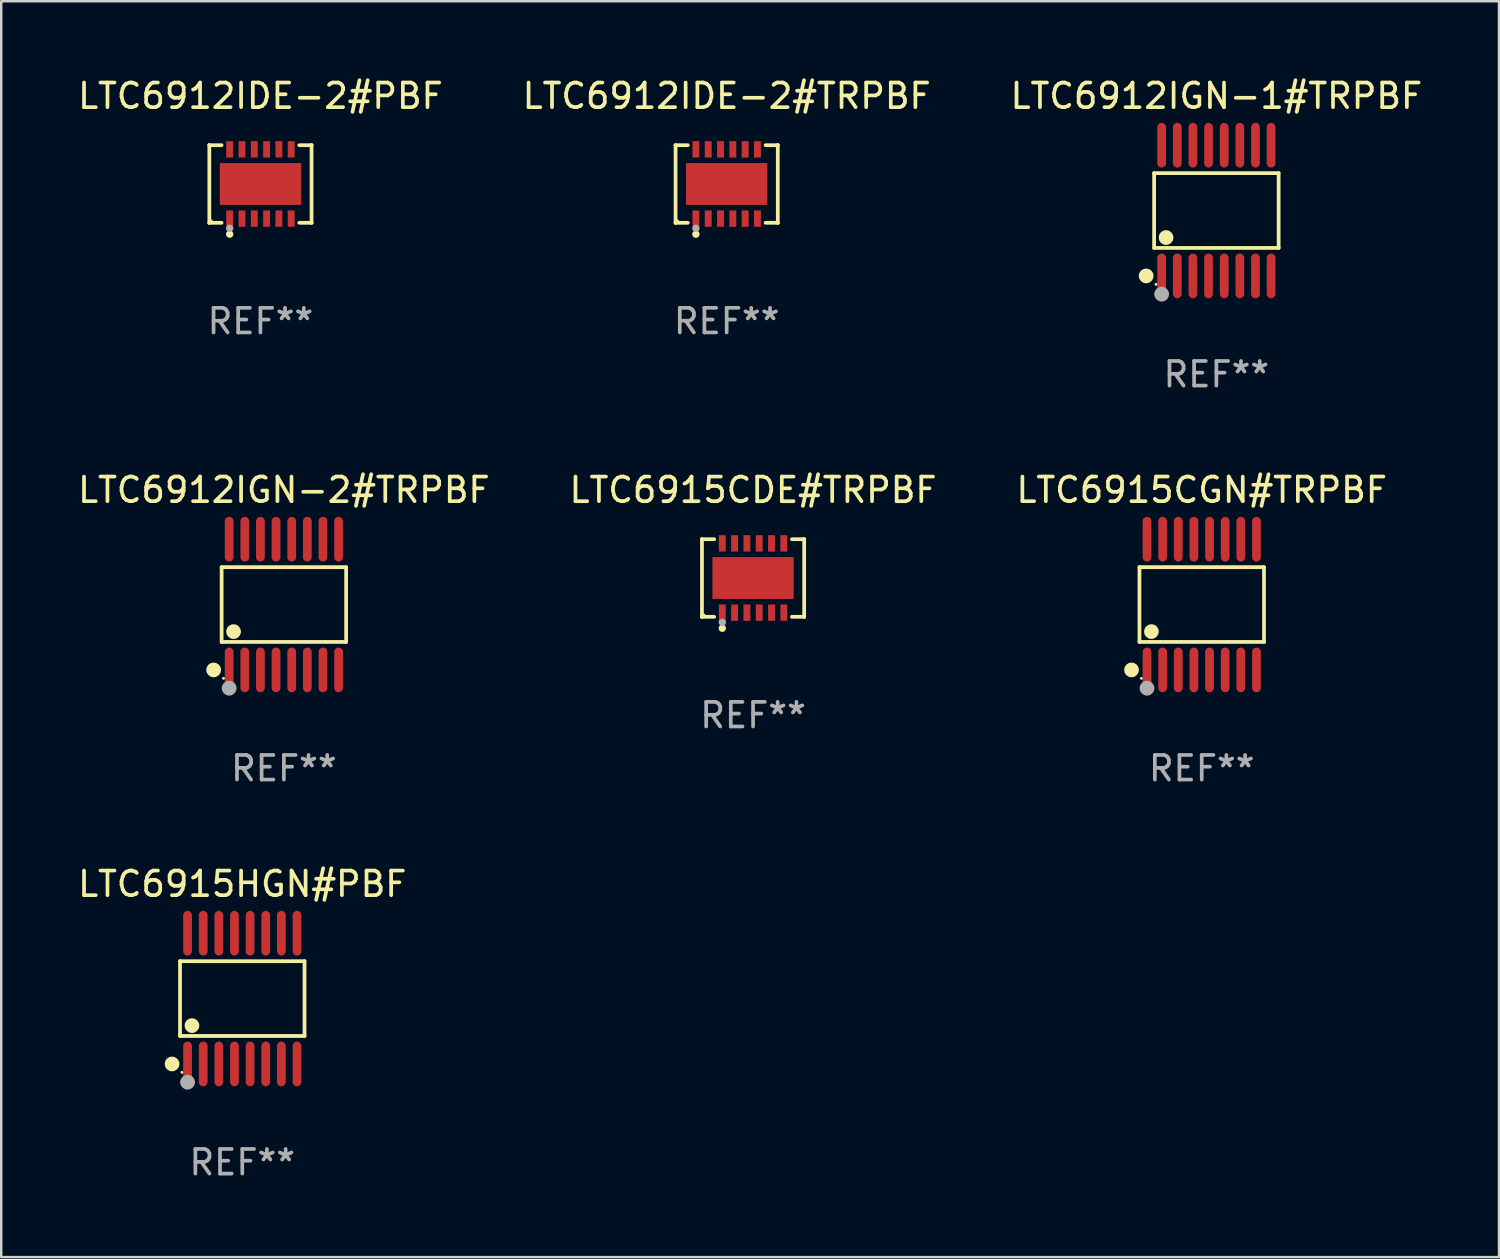
<source format=kicad_pcb>
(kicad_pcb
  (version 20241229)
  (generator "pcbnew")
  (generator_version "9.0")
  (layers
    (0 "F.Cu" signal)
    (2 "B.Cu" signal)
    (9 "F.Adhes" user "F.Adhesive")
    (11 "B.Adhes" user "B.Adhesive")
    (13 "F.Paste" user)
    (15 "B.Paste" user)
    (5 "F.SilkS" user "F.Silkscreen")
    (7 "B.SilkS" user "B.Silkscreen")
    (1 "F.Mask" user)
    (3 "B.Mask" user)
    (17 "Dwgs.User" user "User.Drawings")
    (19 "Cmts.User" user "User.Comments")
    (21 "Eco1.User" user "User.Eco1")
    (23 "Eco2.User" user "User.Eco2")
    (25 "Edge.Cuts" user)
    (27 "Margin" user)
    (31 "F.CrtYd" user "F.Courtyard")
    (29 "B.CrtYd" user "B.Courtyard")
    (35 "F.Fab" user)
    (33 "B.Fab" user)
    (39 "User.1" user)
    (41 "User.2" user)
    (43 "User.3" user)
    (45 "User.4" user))
  (footprint "LTC6915HGN#PBF"
    (layer "F.Cu")
    (at 6.792 37.515)
    (property "Reference" "LTC6915HGN#PBF" (at 0 -4.655 0) (layer "F.SilkS") (effects (font (size 1 1) (thickness 0.15))))
    (attr through_hole)
    (fp_line (start -2.529 -1.519) (end 2.529 -1.519) (stroke (width 0.152) (type solid)) (layer "F.SilkS"))
    (fp_line (start -2.529 1.519) (end -2.529 -1.519) (stroke (width 0.152) (type solid)) (layer "F.SilkS"))
    (fp_line (start 2.529 -1.519) (end 2.529 1.519) (stroke (width 0.152) (type solid)) (layer "F.SilkS"))
    (fp_line (start 2.529 1.519) (end -2.529 1.519) (stroke (width 0.152) (type solid)) (layer "F.SilkS"))
    (fp_circle (center -2.853 2.655) (end -2.703 2.655) (stroke (width 0.3) (type solid)) (fill no) (layer "F.SilkS"))
    (fp_circle (center -2.453 2.998) (end -2.423 2.998) (stroke (width 0.06) (type solid)) (fill no) (layer "F.SilkS"))
    (fp_circle (center -2.045 1.097) (end -1.895 1.097) (stroke (width 0.3) (type solid)) (fill no) (layer "F.SilkS"))
    (fp_circle (center -2.223 3.398) (end -2.072 3.398) (stroke (width 0.3) (type solid)) (fill no) (layer "F.Fab"))
    (fp_text user "REF**" (at 0 6.655 0) (layer "F.Fab") (effects (font (size 1 1) (thickness 0.15))))
    (pad "1" smd oval (at -2.223 2.655) (size 0.356 1.815) (layers "F.Cu" "F.Mask" "F.Paste"))
    (pad "2" smd oval (at -1.588 2.655) (size 0.356 1.815) (layers "F.Cu" "F.Mask" "F.Paste"))
    (pad "3" smd oval (at -0.953 2.655) (size 0.356 1.815) (layers "F.Cu" "F.Mask" "F.Paste"))
    (pad "4" smd oval (at -0.318 2.655) (size 0.356 1.815) (layers "F.Cu" "F.Mask" "F.Paste"))
    (pad "5" smd oval (at 0.318 2.655) (size 0.356 1.815) (layers "F.Cu" "F.Mask" "F.Paste"))
    (pad "6" smd oval (at 0.953 2.655) (size 0.356 1.815) (layers "F.Cu" "F.Mask" "F.Paste"))
    (pad "7" smd oval (at 1.588 2.655) (size 0.356 1.815) (layers "F.Cu" "F.Mask" "F.Paste"))
    (pad "8" smd oval (at 2.223 2.655) (size 0.356 1.815) (layers "F.Cu" "F.Mask" "F.Paste"))
    (pad "9" smd oval (at 2.223 -2.655) (size 0.356 1.815) (layers "F.Cu" "F.Mask" "F.Paste"))
    (pad "10" smd oval (at 1.588 -2.655) (size 0.356 1.815) (layers "F.Cu" "F.Mask" "F.Paste"))
    (pad "11" smd oval (at 0.953 -2.655) (size 0.356 1.815) (layers "F.Cu" "F.Mask" "F.Paste"))
    (pad "12" smd oval (at 0.318 -2.655) (size 0.356 1.815) (layers "F.Cu" "F.Mask" "F.Paste"))
    (pad "13" smd oval (at -0.318 -2.655) (size 0.356 1.815) (layers "F.Cu" "F.Mask" "F.Paste"))
    (pad "14" smd oval (at -0.953 -2.655) (size 0.356 1.815) (layers "F.Cu" "F.Mask" "F.Paste"))
    (pad "15" smd oval (at -1.588 -2.655) (size 0.356 1.815) (layers "F.Cu" "F.Mask" "F.Paste"))
    (pad "16" smd oval (at -2.223 -2.655) (size 0.356 1.815) (layers "F.Cu" "F.Mask" "F.Paste")))
  (footprint "LTC6915CGN#TRPBF"
    (layer "F.Cu")
    (at 45.768 21.509)
    (property "Reference" "LTC6915CGN#TRPBF" (at 0 -4.655 0) (layer "F.SilkS") (effects (font (size 1 1) (thickness 0.15))))
    (attr through_hole)
    (fp_line (start -2.529 -1.519) (end 2.529 -1.519) (stroke (width 0.152) (type solid)) (layer "F.SilkS"))
    (fp_line (start -2.529 1.519) (end -2.529 -1.519) (stroke (width 0.152) (type solid)) (layer "F.SilkS"))
    (fp_line (start 2.529 -1.519) (end 2.529 1.519) (stroke (width 0.152) (type solid)) (layer "F.SilkS"))
    (fp_line (start 2.529 1.519) (end -2.529 1.519) (stroke (width 0.152) (type solid)) (layer "F.SilkS"))
    (fp_circle (center -2.853 2.655) (end -2.703 2.655) (stroke (width 0.3) (type solid)) (fill no) (layer "F.SilkS"))
    (fp_circle (center -2.453 2.998) (end -2.423 2.998) (stroke (width 0.06) (type solid)) (fill no) (layer "F.SilkS"))
    (fp_circle (center -2.045 1.097) (end -1.895 1.097) (stroke (width 0.3) (type solid)) (fill no) (layer "F.SilkS"))
    (fp_circle (center -2.223 3.398) (end -2.072 3.398) (stroke (width 0.3) (type solid)) (fill no) (layer "F.Fab"))
    (fp_text user "REF**" (at 0 6.655 0) (layer "F.Fab") (effects (font (size 1 1) (thickness 0.15))))
    (pad "1" smd oval (at -2.223 2.655) (size 0.356 1.815) (layers "F.Cu" "F.Mask" "F.Paste"))
    (pad "2" smd oval (at -1.588 2.655) (size 0.356 1.815) (layers "F.Cu" "F.Mask" "F.Paste"))
    (pad "3" smd oval (at -0.953 2.655) (size 0.356 1.815) (layers "F.Cu" "F.Mask" "F.Paste"))
    (pad "4" smd oval (at -0.318 2.655) (size 0.356 1.815) (layers "F.Cu" "F.Mask" "F.Paste"))
    (pad "5" smd oval (at 0.318 2.655) (size 0.356 1.815) (layers "F.Cu" "F.Mask" "F.Paste"))
    (pad "6" smd oval (at 0.953 2.655) (size 0.356 1.815) (layers "F.Cu" "F.Mask" "F.Paste"))
    (pad "7" smd oval (at 1.588 2.655) (size 0.356 1.815) (layers "F.Cu" "F.Mask" "F.Paste"))
    (pad "8" smd oval (at 2.223 2.655) (size 0.356 1.815) (layers "F.Cu" "F.Mask" "F.Paste"))
    (pad "9" smd oval (at 2.223 -2.655) (size 0.356 1.815) (layers "F.Cu" "F.Mask" "F.Paste"))
    (pad "10" smd oval (at 1.588 -2.655) (size 0.356 1.815) (layers "F.Cu" "F.Mask" "F.Paste"))
    (pad "11" smd oval (at 0.953 -2.655) (size 0.356 1.815) (layers "F.Cu" "F.Mask" "F.Paste"))
    (pad "12" smd oval (at 0.318 -2.655) (size 0.356 1.815) (layers "F.Cu" "F.Mask" "F.Paste"))
    (pad "13" smd oval (at -0.318 -2.655) (size 0.356 1.815) (layers "F.Cu" "F.Mask" "F.Paste"))
    (pad "14" smd oval (at -0.953 -2.655) (size 0.356 1.815) (layers "F.Cu" "F.Mask" "F.Paste"))
    (pad "15" smd oval (at -1.588 -2.655) (size 0.356 1.815) (layers "F.Cu" "F.Mask" "F.Paste"))
    (pad "16" smd oval (at -2.223 -2.655) (size 0.356 1.815) (layers "F.Cu" "F.Mask" "F.Paste")))
  (footprint "LTC6912IDE-2#TRPBF"
    (layer "F.Cu")
    (at 26.47 4.424)
    (property "Reference" "LTC6912IDE-2#TRPBF" (at 0 -3.576 0) (layer "F.SilkS") (effects (font (size 1 1) (thickness 0.15))))
    (attr through_hole)
    (fp_line (start -2.076 -1.576) (end -2.076 -1.576) (stroke (width 0.152) (type solid)) (layer "F.SilkS"))
    (fp_line (start -2.076 -1.576) (end -1.58 -1.576) (stroke (width 0.152) (type solid)) (layer "F.SilkS"))
    (fp_line (start -2.076 1.576) (end -2.076 -1.576) (stroke (width 0.152) (type solid)) (layer "F.SilkS"))
    (fp_line (start -2.076 1.576) (end -2.076 1.576) (stroke (width 0.152) (type solid)) (layer "F.SilkS"))
    (fp_line (start -1.58 1.576) (end -2.076 1.576) (stroke (width 0.152) (type solid)) (layer "F.SilkS"))
    (fp_line (start 1.58 1.576) (end 2.076 1.576) (stroke (width 0.152) (type solid)) (layer "F.SilkS"))
    (fp_line (start 2.076 -1.576) (end 1.58 -1.576) (stroke (width 0.152) (type solid)) (layer "F.SilkS"))
    (fp_line (start 2.076 -1.576) (end 2.076 -1.576) (stroke (width 0.152) (type solid)) (layer "F.SilkS"))
    (fp_line (start 2.076 1.576) (end 2.076 -1.576) (stroke (width 0.152) (type solid)) (layer "F.SilkS"))
    (fp_line (start 2.076 1.576) (end 2.076 1.576) (stroke (width 0.152) (type solid)) (layer "F.SilkS"))
    (fp_circle (center -2 1.5) (end -1.97 1.5) (stroke (width 0.06) (type solid)) (fill no) (layer "F.SilkS"))
    (fp_circle (center -1.25 2.04) (end -1.175 2.04) (stroke (width 0.15) (type solid)) (fill no) (layer "F.SilkS"))
    (fp_circle (center -1.25 1.8) (end -1.175 1.8) (stroke (width 0.15) (type solid)) (fill no) (layer "F.Fab"))
    (fp_text user "REF**" (at 0 5.576 0) (layer "F.Fab") (effects (font (size 1 1) (thickness 0.15))))
    (pad "1" smd rect (at -1.25 1.407) (size 0.28 0.665) (layers "F.Cu" "F.Mask" "F.Paste"))
    (pad "2" smd rect (at -0.75 1.407) (size 0.28 0.665) (layers "F.Cu" "F.Mask" "F.Paste"))
    (pad "3" smd rect (at -0.25 1.407) (size 0.28 0.665) (layers "F.Cu" "F.Mask" "F.Paste"))
    (pad "4" smd rect (at 0.25 1.407) (size 0.28 0.665) (layers "F.Cu" "F.Mask" "F.Paste"))
    (pad "5" smd rect (at 0.75 1.407) (size 0.28 0.665) (layers "F.Cu" "F.Mask" "F.Paste"))
    (pad "6" smd rect (at 1.25 1.407) (size 0.28 0.665) (layers "F.Cu" "F.Mask" "F.Paste"))
    (pad "7" smd rect (at 1.25 -1.407) (size 0.28 0.665) (layers "F.Cu" "F.Mask" "F.Paste"))
    (pad "8" smd rect (at 0.75 -1.407) (size 0.28 0.665) (layers "F.Cu" "F.Mask" "F.Paste"))
    (pad "9" smd rect (at 0.25 -1.407) (size 0.28 0.665) (layers "F.Cu" "F.Mask" "F.Paste"))
    (pad "10" smd rect (at -0.25 -1.407) (size 0.28 0.665) (layers "F.Cu" "F.Mask" "F.Paste"))
    (pad "11" smd rect (at -0.75 -1.407) (size 0.28 0.665) (layers "F.Cu" "F.Mask" "F.Paste"))
    (pad "12" smd rect (at -1.25 -1.407) (size 0.28 0.665) (layers "F.Cu" "F.Mask" "F.Paste"))
    (pad "13" smd rect (at 0 0) (size 3.3 1.7) (layers "F.Cu" "F.Mask" "F.Paste")))
  (footprint "LTC6912IDE-2#PBF"
    (layer "F.Cu")
    (at 7.53 4.424)
    (property "Reference" "LTC6912IDE-2#PBF" (at 0 -3.576 0) (layer "F.SilkS") (effects (font (size 1 1) (thickness 0.15))))
    (attr through_hole)
    (fp_line (start -2.076 -1.576) (end -2.076 -1.576) (stroke (width 0.152) (type solid)) (layer "F.SilkS"))
    (fp_line (start -2.076 -1.576) (end -1.58 -1.576) (stroke (width 0.152) (type solid)) (layer "F.SilkS"))
    (fp_line (start -2.076 1.576) (end -2.076 -1.576) (stroke (width 0.152) (type solid)) (layer "F.SilkS"))
    (fp_line (start -2.076 1.576) (end -2.076 1.576) (stroke (width 0.152) (type solid)) (layer "F.SilkS"))
    (fp_line (start -1.58 1.576) (end -2.076 1.576) (stroke (width 0.152) (type solid)) (layer "F.SilkS"))
    (fp_line (start 1.58 1.576) (end 2.076 1.576) (stroke (width 0.152) (type solid)) (layer "F.SilkS"))
    (fp_line (start 2.076 -1.576) (end 1.58 -1.576) (stroke (width 0.152) (type solid)) (layer "F.SilkS"))
    (fp_line (start 2.076 -1.576) (end 2.076 -1.576) (stroke (width 0.152) (type solid)) (layer "F.SilkS"))
    (fp_line (start 2.076 1.576) (end 2.076 -1.576) (stroke (width 0.152) (type solid)) (layer "F.SilkS"))
    (fp_line (start 2.076 1.576) (end 2.076 1.576) (stroke (width 0.152) (type solid)) (layer "F.SilkS"))
    (fp_circle (center -2 1.5) (end -1.97 1.5) (stroke (width 0.06) (type solid)) (fill no) (layer "F.SilkS"))
    (fp_circle (center -1.25 2.04) (end -1.175 2.04) (stroke (width 0.15) (type solid)) (fill no) (layer "F.SilkS"))
    (fp_circle (center -1.25 1.8) (end -1.175 1.8) (stroke (width 0.15) (type solid)) (fill no) (layer "F.Fab"))
    (fp_text user "REF**" (at 0 5.576 0) (layer "F.Fab") (effects (font (size 1 1) (thickness 0.15))))
    (pad "1" smd rect (at -1.25 1.407) (size 0.28 0.665) (layers "F.Cu" "F.Mask" "F.Paste"))
    (pad "2" smd rect (at -0.75 1.407) (size 0.28 0.665) (layers "F.Cu" "F.Mask" "F.Paste"))
    (pad "3" smd rect (at -0.25 1.407) (size 0.28 0.665) (layers "F.Cu" "F.Mask" "F.Paste"))
    (pad "4" smd rect (at 0.25 1.407) (size 0.28 0.665) (layers "F.Cu" "F.Mask" "F.Paste"))
    (pad "5" smd rect (at 0.75 1.407) (size 0.28 0.665) (layers "F.Cu" "F.Mask" "F.Paste"))
    (pad "6" smd rect (at 1.25 1.407) (size 0.28 0.665) (layers "F.Cu" "F.Mask" "F.Paste"))
    (pad "7" smd rect (at 1.25 -1.407) (size 0.28 0.665) (layers "F.Cu" "F.Mask" "F.Paste"))
    (pad "8" smd rect (at 0.75 -1.407) (size 0.28 0.665) (layers "F.Cu" "F.Mask" "F.Paste"))
    (pad "9" smd rect (at 0.25 -1.407) (size 0.28 0.665) (layers "F.Cu" "F.Mask" "F.Paste"))
    (pad "10" smd rect (at -0.25 -1.407) (size 0.28 0.665) (layers "F.Cu" "F.Mask" "F.Paste"))
    (pad "11" smd rect (at -0.75 -1.407) (size 0.28 0.665) (layers "F.Cu" "F.Mask" "F.Paste"))
    (pad "12" smd rect (at -1.25 -1.407) (size 0.28 0.665) (layers "F.Cu" "F.Mask" "F.Paste"))
    (pad "13" smd rect (at 0 0) (size 3.3 1.7) (layers "F.Cu" "F.Mask" "F.Paste")))
  (footprint "LTC6912IGN-2#TRPBF"
    (layer "F.Cu")
    (at 8.482 21.509)
    (property "Reference" "LTC6912IGN-2#TRPBF" (at 0 -4.655 0) (layer "F.SilkS") (effects (font (size 1 1) (thickness 0.15))))
    (attr through_hole)
    (fp_line (start -2.529 -1.519) (end 2.529 -1.519) (stroke (width 0.152) (type solid)) (layer "F.SilkS"))
    (fp_line (start -2.529 1.519) (end -2.529 -1.519) (stroke (width 0.152) (type solid)) (layer "F.SilkS"))
    (fp_line (start 2.529 -1.519) (end 2.529 1.519) (stroke (width 0.152) (type solid)) (layer "F.SilkS"))
    (fp_line (start 2.529 1.519) (end -2.529 1.519) (stroke (width 0.152) (type solid)) (layer "F.SilkS"))
    (fp_circle (center -2.853 2.655) (end -2.703 2.655) (stroke (width 0.3) (type solid)) (fill no) (layer "F.SilkS"))
    (fp_circle (center -2.453 2.998) (end -2.423 2.998) (stroke (width 0.06) (type solid)) (fill no) (layer "F.SilkS"))
    (fp_circle (center -2.045 1.097) (end -1.895 1.097) (stroke (width 0.3) (type solid)) (fill no) (layer "F.SilkS"))
    (fp_circle (center -2.223 3.398) (end -2.072 3.398) (stroke (width 0.3) (type solid)) (fill no) (layer "F.Fab"))
    (fp_text user "REF**" (at 0 6.655 0) (layer "F.Fab") (effects (font (size 1 1) (thickness 0.15))))
    (pad "1" smd oval (at -2.223 2.655) (size 0.356 1.815) (layers "F.Cu" "F.Mask" "F.Paste"))
    (pad "2" smd oval (at -1.588 2.655) (size 0.356 1.815) (layers "F.Cu" "F.Mask" "F.Paste"))
    (pad "3" smd oval (at -0.953 2.655) (size 0.356 1.815) (layers "F.Cu" "F.Mask" "F.Paste"))
    (pad "4" smd oval (at -0.318 2.655) (size 0.356 1.815) (layers "F.Cu" "F.Mask" "F.Paste"))
    (pad "5" smd oval (at 0.318 2.655) (size 0.356 1.815) (layers "F.Cu" "F.Mask" "F.Paste"))
    (pad "6" smd oval (at 0.953 2.655) (size 0.356 1.815) (layers "F.Cu" "F.Mask" "F.Paste"))
    (pad "7" smd oval (at 1.588 2.655) (size 0.356 1.815) (layers "F.Cu" "F.Mask" "F.Paste"))
    (pad "8" smd oval (at 2.223 2.655) (size 0.356 1.815) (layers "F.Cu" "F.Mask" "F.Paste"))
    (pad "9" smd oval (at 2.223 -2.655) (size 0.356 1.815) (layers "F.Cu" "F.Mask" "F.Paste"))
    (pad "10" smd oval (at 1.588 -2.655) (size 0.356 1.815) (layers "F.Cu" "F.Mask" "F.Paste"))
    (pad "11" smd oval (at 0.953 -2.655) (size 0.356 1.815) (layers "F.Cu" "F.Mask" "F.Paste"))
    (pad "12" smd oval (at 0.318 -2.655) (size 0.356 1.815) (layers "F.Cu" "F.Mask" "F.Paste"))
    (pad "13" smd oval (at -0.318 -2.655) (size 0.356 1.815) (layers "F.Cu" "F.Mask" "F.Paste"))
    (pad "14" smd oval (at -0.953 -2.655) (size 0.356 1.815) (layers "F.Cu" "F.Mask" "F.Paste"))
    (pad "15" smd oval (at -1.588 -2.655) (size 0.356 1.815) (layers "F.Cu" "F.Mask" "F.Paste"))
    (pad "16" smd oval (at -2.223 -2.655) (size 0.356 1.815) (layers "F.Cu" "F.Mask" "F.Paste")))
  (footprint "LTC6915CDE#TRPBF"
    (layer "F.Cu")
    (at 27.542 20.431)
    (property "Reference" "LTC6915CDE#TRPBF" (at 0 -3.576 0) (layer "F.SilkS") (effects (font (size 1 1) (thickness 0.15))))
    (attr through_hole)
    (fp_line (start -2.076 -1.576) (end -2.076 -1.576) (stroke (width 0.152) (type solid)) (layer "F.SilkS"))
    (fp_line (start -2.076 -1.576) (end -1.58 -1.576) (stroke (width 0.152) (type solid)) (layer "F.SilkS"))
    (fp_line (start -2.076 1.576) (end -2.076 -1.576) (stroke (width 0.152) (type solid)) (layer "F.SilkS"))
    (fp_line (start -2.076 1.576) (end -2.076 1.576) (stroke (width 0.152) (type solid)) (layer "F.SilkS"))
    (fp_line (start -1.58 1.576) (end -2.076 1.576) (stroke (width 0.152) (type solid)) (layer "F.SilkS"))
    (fp_line (start 1.58 1.576) (end 2.076 1.576) (stroke (width 0.152) (type solid)) (layer "F.SilkS"))
    (fp_line (start 2.076 -1.576) (end 1.58 -1.576) (stroke (width 0.152) (type solid)) (layer "F.SilkS"))
    (fp_line (start 2.076 -1.576) (end 2.076 -1.576) (stroke (width 0.152) (type solid)) (layer "F.SilkS"))
    (fp_line (start 2.076 1.576) (end 2.076 -1.576) (stroke (width 0.152) (type solid)) (layer "F.SilkS"))
    (fp_line (start 2.076 1.576) (end 2.076 1.576) (stroke (width 0.152) (type solid)) (layer "F.SilkS"))
    (fp_circle (center -2 1.5) (end -1.97 1.5) (stroke (width 0.06) (type solid)) (fill no) (layer "F.SilkS"))
    (fp_circle (center -1.25 2.04) (end -1.175 2.04) (stroke (width 0.15) (type solid)) (fill no) (layer "F.SilkS"))
    (fp_circle (center -1.25 1.8) (end -1.175 1.8) (stroke (width 0.15) (type solid)) (fill no) (layer "F.Fab"))
    (fp_text user "REF**" (at 0 5.576 0) (layer "F.Fab") (effects (font (size 1 1) (thickness 0.15))))
    (pad "1" smd rect (at -1.25 1.407) (size 0.28 0.665) (layers "F.Cu" "F.Mask" "F.Paste"))
    (pad "2" smd rect (at -0.75 1.407) (size 0.28 0.665) (layers "F.Cu" "F.Mask" "F.Paste"))
    (pad "3" smd rect (at -0.25 1.407) (size 0.28 0.665) (layers "F.Cu" "F.Mask" "F.Paste"))
    (pad "4" smd rect (at 0.25 1.407) (size 0.28 0.665) (layers "F.Cu" "F.Mask" "F.Paste"))
    (pad "5" smd rect (at 0.75 1.407) (size 0.28 0.665) (layers "F.Cu" "F.Mask" "F.Paste"))
    (pad "6" smd rect (at 1.25 1.407) (size 0.28 0.665) (layers "F.Cu" "F.Mask" "F.Paste"))
    (pad "7" smd rect (at 1.25 -1.407) (size 0.28 0.665) (layers "F.Cu" "F.Mask" "F.Paste"))
    (pad "8" smd rect (at 0.75 -1.407) (size 0.28 0.665) (layers "F.Cu" "F.Mask" "F.Paste"))
    (pad "9" smd rect (at 0.25 -1.407) (size 0.28 0.665) (layers "F.Cu" "F.Mask" "F.Paste"))
    (pad "10" smd rect (at -0.25 -1.407) (size 0.28 0.665) (layers "F.Cu" "F.Mask" "F.Paste"))
    (pad "11" smd rect (at -0.75 -1.407) (size 0.28 0.665) (layers "F.Cu" "F.Mask" "F.Paste"))
    (pad "12" smd rect (at -1.25 -1.407) (size 0.28 0.665) (layers "F.Cu" "F.Mask" "F.Paste"))
    (pad "13" smd rect (at 0 0) (size 3.3 1.7) (layers "F.Cu" "F.Mask" "F.Paste")))
  (footprint "LTC6912IGN-1#TRPBF"
    (layer "F.Cu")
    (at 46.363 5.503)
    (property "Reference" "LTC6912IGN-1#TRPBF" (at 0 -4.655 0) (layer "F.SilkS") (effects (font (size 1 1) (thickness 0.15))))
    (attr through_hole)
    (fp_line (start -2.529 -1.519) (end 2.529 -1.519) (stroke (width 0.152) (type solid)) (layer "F.SilkS"))
    (fp_line (start -2.529 1.519) (end -2.529 -1.519) (stroke (width 0.152) (type solid)) (layer "F.SilkS"))
    (fp_line (start 2.529 -1.519) (end 2.529 1.519) (stroke (width 0.152) (type solid)) (layer "F.SilkS"))
    (fp_line (start 2.529 1.519) (end -2.529 1.519) (stroke (width 0.152) (type solid)) (layer "F.SilkS"))
    (fp_circle (center -2.853 2.655) (end -2.703 2.655) (stroke (width 0.3) (type solid)) (fill no) (layer "F.SilkS"))
    (fp_circle (center -2.453 2.998) (end -2.423 2.998) (stroke (width 0.06) (type solid)) (fill no) (layer "F.SilkS"))
    (fp_circle (center -2.045 1.097) (end -1.895 1.097) (stroke (width 0.3) (type solid)) (fill no) (layer "F.SilkS"))
    (fp_circle (center -2.223 3.398) (end -2.072 3.398) (stroke (width 0.3) (type solid)) (fill no) (layer "F.Fab"))
    (fp_text user "REF**" (at 0 6.655 0) (layer "F.Fab") (effects (font (size 1 1) (thickness 0.15))))
    (pad "1" smd oval (at -2.223 2.655) (size 0.356 1.815) (layers "F.Cu" "F.Mask" "F.Paste"))
    (pad "2" smd oval (at -1.588 2.655) (size 0.356 1.815) (layers "F.Cu" "F.Mask" "F.Paste"))
    (pad "3" smd oval (at -0.953 2.655) (size 0.356 1.815) (layers "F.Cu" "F.Mask" "F.Paste"))
    (pad "4" smd oval (at -0.318 2.655) (size 0.356 1.815) (layers "F.Cu" "F.Mask" "F.Paste"))
    (pad "5" smd oval (at 0.318 2.655) (size 0.356 1.815) (layers "F.Cu" "F.Mask" "F.Paste"))
    (pad "6" smd oval (at 0.953 2.655) (size 0.356 1.815) (layers "F.Cu" "F.Mask" "F.Paste"))
    (pad "7" smd oval (at 1.588 2.655) (size 0.356 1.815) (layers "F.Cu" "F.Mask" "F.Paste"))
    (pad "8" smd oval (at 2.223 2.655) (size 0.356 1.815) (layers "F.Cu" "F.Mask" "F.Paste"))
    (pad "9" smd oval (at 2.223 -2.655) (size 0.356 1.815) (layers "F.Cu" "F.Mask" "F.Paste"))
    (pad "10" smd oval (at 1.588 -2.655) (size 0.356 1.815) (layers "F.Cu" "F.Mask" "F.Paste"))
    (pad "11" smd oval (at 0.953 -2.655) (size 0.356 1.815) (layers "F.Cu" "F.Mask" "F.Paste"))
    (pad "12" smd oval (at 0.318 -2.655) (size 0.356 1.815) (layers "F.Cu" "F.Mask" "F.Paste"))
    (pad "13" smd oval (at -0.318 -2.655) (size 0.356 1.815) (layers "F.Cu" "F.Mask" "F.Paste"))
    (pad "14" smd oval (at -0.953 -2.655) (size 0.356 1.815) (layers "F.Cu" "F.Mask" "F.Paste"))
    (pad "15" smd oval (at -1.588 -2.655) (size 0.356 1.815) (layers "F.Cu" "F.Mask" "F.Paste"))
    (pad "16" smd oval (at -2.223 -2.655) (size 0.356 1.815) (layers "F.Cu" "F.Mask" "F.Paste")))
  (gr_rect
    (start -3 -3)
    (end 57.845 48.018)
    (stroke (width 0.1) (type default))
    (fill no)
    (layer "Edge.Cuts")))
</source>
